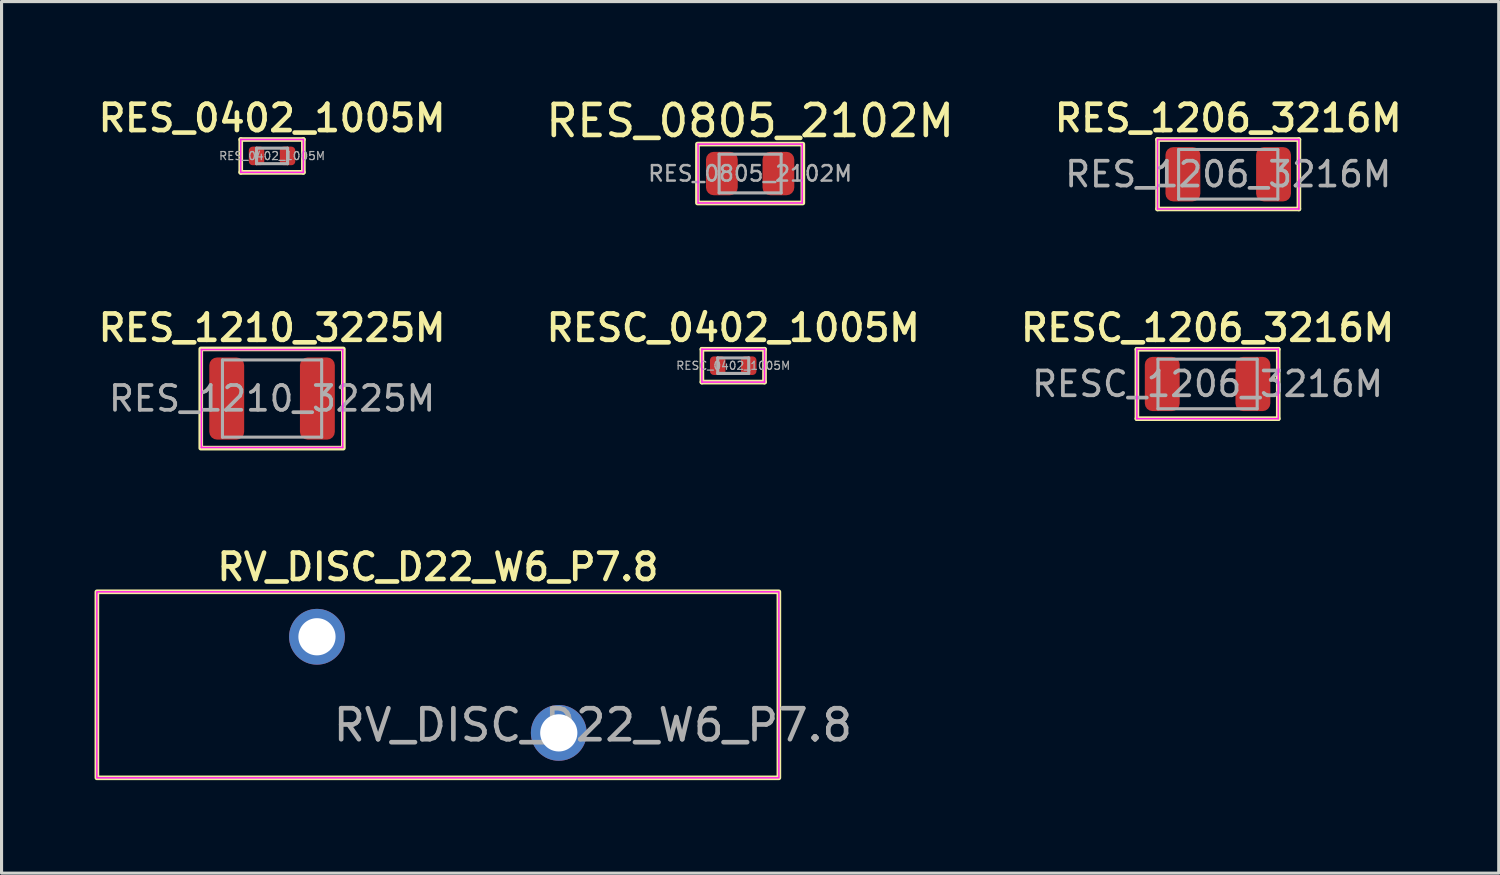
<source format=kicad_pcb>
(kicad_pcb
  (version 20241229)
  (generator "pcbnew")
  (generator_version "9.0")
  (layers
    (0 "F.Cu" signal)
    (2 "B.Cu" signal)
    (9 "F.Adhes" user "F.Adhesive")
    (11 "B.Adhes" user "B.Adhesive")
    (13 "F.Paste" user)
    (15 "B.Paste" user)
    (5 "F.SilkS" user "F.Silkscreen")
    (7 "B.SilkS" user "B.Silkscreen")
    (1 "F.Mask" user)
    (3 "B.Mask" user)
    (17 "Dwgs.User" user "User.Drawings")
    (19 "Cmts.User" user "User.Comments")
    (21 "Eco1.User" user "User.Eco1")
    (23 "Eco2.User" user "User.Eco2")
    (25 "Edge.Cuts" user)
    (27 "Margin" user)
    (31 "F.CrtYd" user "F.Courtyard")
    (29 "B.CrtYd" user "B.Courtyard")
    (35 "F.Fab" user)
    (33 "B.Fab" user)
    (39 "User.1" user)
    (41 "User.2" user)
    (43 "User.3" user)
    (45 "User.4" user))
  (footprint "RESC_1206_3216M"
    (layer "F.Cu")
    (at 35.904 9.336)
    (property "Reference" "RESC_1206_3216M" (at 0 -1.81 0) (layer "F.SilkS") (effects (font (size 0.85 0.85) (thickness 0.15))))
    (attr smd)
    (fp_line (start -2.28 -1.12) (end 2.28 -1.12) (stroke (width 0.15) (type solid)) (layer "F.SilkS"))
    (fp_line (start -2.28 1.12) (end -2.28 -1.12) (stroke (width 0.15) (type solid)) (layer "F.SilkS"))
    (fp_line (start 2.28 -1.12) (end 2.28 1.12) (stroke (width 0.15) (type solid)) (layer "F.SilkS"))
    (fp_line (start 2.28 1.12) (end -2.28 1.12) (stroke (width 0.15) (type solid)) (layer "F.SilkS"))
    (fp_line (start -2.28 -1.12) (end 2.28 -1.12) (stroke (width 0.05) (type solid)) (layer "F.CrtYd"))
    (fp_line (start -2.28 1.12) (end -2.28 -1.12) (stroke (width 0.05) (type solid)) (layer "F.CrtYd"))
    (fp_line (start 2.28 -1.12) (end 2.28 1.12) (stroke (width 0.05) (type solid)) (layer "F.CrtYd"))
    (fp_line (start 2.28 1.12) (end -2.28 1.12) (stroke (width 0.05) (type solid)) (layer "F.CrtYd"))
    (fp_line (start -1.6 -0.8) (end 1.6 -0.8) (stroke (width 0.1) (type solid)) (layer "F.Fab"))
    (fp_line (start -1.6 0.8) (end -1.6 -0.8) (stroke (width 0.1) (type solid)) (layer "F.Fab"))
    (fp_line (start 1.6 -0.8) (end 1.6 0.8) (stroke (width 0.1) (type solid)) (layer "F.Fab"))
    (fp_line (start 1.6 0.8) (end -1.6 0.8) (stroke (width 0.1) (type solid)) (layer "F.Fab"))
    (fp_text user "${REFERENCE}" (at 0 0 0) (layer "F.Fab") (effects (font (size 0.8 0.8) (thickness 0.12))))
    (pad "1" smd roundrect (at -1.462 0) (size 1.125 1.75) (layers "F.Cu" "F.Mask" "F.Paste") (roundrect_rratio 0.222))
    (pad "2" smd roundrect (at 1.462 0) (size 1.125 1.75) (layers "F.Cu" "F.Mask" "F.Paste") (roundrect_rratio 0.222)))
  (footprint "RES_1206_3216M"
    (layer "F.Cu")
    (at 36.57 2.571)
    (property "Reference" "RES_1206_3216M" (at 0 -1.81 0) (layer "F.SilkS") (effects (font (size 0.85 0.85) (thickness 0.15))))
    (attr smd)
    (fp_line (start -2.28 -1.12) (end 2.28 -1.12) (stroke (width 0.15) (type solid)) (layer "F.SilkS"))
    (fp_line (start -2.28 1.12) (end -2.28 -1.12) (stroke (width 0.15) (type solid)) (layer "F.SilkS"))
    (fp_line (start 2.28 -1.12) (end 2.28 1.12) (stroke (width 0.15) (type solid)) (layer "F.SilkS"))
    (fp_line (start 2.28 1.12) (end -2.28 1.12) (stroke (width 0.15) (type solid)) (layer "F.SilkS"))
    (fp_line (start -2.28 -1.12) (end 2.28 -1.12) (stroke (width 0.05) (type solid)) (layer "F.CrtYd"))
    (fp_line (start -2.28 1.12) (end -2.28 -1.12) (stroke (width 0.05) (type solid)) (layer "F.CrtYd"))
    (fp_line (start 2.28 -1.12) (end 2.28 1.12) (stroke (width 0.05) (type solid)) (layer "F.CrtYd"))
    (fp_line (start 2.28 1.12) (end -2.28 1.12) (stroke (width 0.05) (type solid)) (layer "F.CrtYd"))
    (fp_line (start -1.6 -0.8) (end 1.6 -0.8) (stroke (width 0.1) (type solid)) (layer "F.Fab"))
    (fp_line (start -1.6 0.8) (end -1.6 -0.8) (stroke (width 0.1) (type solid)) (layer "F.Fab"))
    (fp_line (start 1.6 -0.8) (end 1.6 0.8) (stroke (width 0.1) (type solid)) (layer "F.Fab"))
    (fp_line (start 1.6 0.8) (end -1.6 0.8) (stroke (width 0.1) (type solid)) (layer "F.Fab"))
    (fp_text user "${REFERENCE}" (at 0 0 0) (layer "F.Fab") (effects (font (size 0.8 0.8) (thickness 0.12))))
    (pad "1" smd roundrect (at -1.462 0) (size 1.125 1.75) (layers "F.Cu" "F.Mask" "F.Paste") (roundrect_rratio 0.222))
    (pad "2" smd roundrect (at 1.462 0) (size 1.125 1.75) (layers "F.Cu" "F.Mask" "F.Paste") (roundrect_rratio 0.222)))
  (footprint "RV_DISC_D22_W6_P7.8"
    (layer "F.Cu")
    (at 11.075 19.041)
    (property "Reference" "RV_DISC_D22_W6_P7.8" (at 0 -3.8 0) (layer "F.SilkS") (effects (font (size 0.85 0.85) (thickness 0.15))))
    (attr through_hole)
    (fp_rect (start -11 -3) (end 11 3) (stroke (width 0.15) (type solid)) (fill no) (layer "F.SilkS"))
    (fp_rect (start -11 -3) (end 11 3) (stroke (width 0.05) (type solid)) (fill no) (layer "F.CrtYd"))
    (fp_text user "${REFERENCE}" (at 5 1.3 0) (layer "F.Fab") (effects (font (size 1 1) (thickness 0.15))))
    (pad "1" thru_hole circle (at -3.9 -1.55) (size 1.8 1.8) (drill 1.2) (layers "*.Cu" "*.Mask"))
    (pad "2" thru_hole circle (at 3.9 1.55) (size 1.8 1.8) (drill 1.2) (layers "*.Cu" "*.Mask")))
  (footprint "RESC_0402_1005M"
    (layer "F.Cu")
    (at 20.602 8.746)
    (property "Reference" "RESC_0402_1005M" (at 0 -1.22 0) (layer "F.SilkS") (effects (font (size 0.85 0.85) (thickness 0.15))))
    (attr smd)
    (fp_line (start -1.01 -0.53) (end 1.01 -0.53) (stroke (width 0.15) (type solid)) (layer "F.SilkS"))
    (fp_line (start -1.01 0.53) (end -1.01 -0.53) (stroke (width 0.15) (type solid)) (layer "F.SilkS"))
    (fp_line (start 1.01 -0.53) (end 1.01 0.53) (stroke (width 0.15) (type solid)) (layer "F.SilkS"))
    (fp_line (start 1.01 0.53) (end -1.01 0.53) (stroke (width 0.152) (type solid)) (layer "F.SilkS"))
    (fp_line (start -1.01 -0.53) (end 1.01 -0.53) (stroke (width 0.05) (type solid)) (layer "F.CrtYd"))
    (fp_line (start -1.01 0.53) (end -1.01 -0.53) (stroke (width 0.05) (type solid)) (layer "F.CrtYd"))
    (fp_line (start 1.01 -0.53) (end 1.01 0.53) (stroke (width 0.05) (type solid)) (layer "F.CrtYd"))
    (fp_line (start 1.01 0.53) (end -1.01 0.53) (stroke (width 0.05) (type solid)) (layer "F.CrtYd"))
    (fp_line (start -0.5 -0.25) (end 0.5 -0.25) (stroke (width 0.1) (type solid)) (layer "F.Fab"))
    (fp_line (start -0.5 0.25) (end -0.5 -0.25) (stroke (width 0.1) (type solid)) (layer "F.Fab"))
    (fp_line (start 0.5 -0.25) (end 0.5 0.25) (stroke (width 0.1) (type solid)) (layer "F.Fab"))
    (fp_line (start 0.5 0.25) (end -0.5 0.25) (stroke (width 0.1) (type solid)) (layer "F.Fab"))
    (fp_text user "${REFERENCE}" (at 0 0 0) (layer "F.Fab") (effects (font (size 0.26 0.26) (thickness 0.04))))
    (pad "1" smd roundrect (at -0.5 0) (size 0.5 0.6) (layers "F.Cu" "F.Mask" "F.Paste") (roundrect_rratio 0.25))
    (pad "2" smd roundrect (at 0.5 0) (size 0.5 0.6) (layers "F.Cu" "F.Mask" "F.Paste") (roundrect_rratio 0.25)))
  (footprint "RES_1210_3225M"
    (layer "F.Cu")
    (at 5.726 9.806)
    (property "Reference" "RES_1210_3225M" (at 0 -2.28 0) (layer "F.SilkS") (effects (font (size 0.85 0.85) (thickness 0.15))))
    (attr smd)
    (fp_rect (start -2.3 -1.6) (end 2.3 1.6) (stroke (width 0.15) (type solid)) (fill no) (layer "F.SilkS"))
    (fp_line (start -2.28 -1.58) (end 2.28 -1.58) (stroke (width 0.05) (type solid)) (layer "F.CrtYd"))
    (fp_line (start -2.28 1.58) (end -2.28 -1.58) (stroke (width 0.05) (type solid)) (layer "F.CrtYd"))
    (fp_line (start 2.28 -1.58) (end 2.28 1.58) (stroke (width 0.05) (type solid)) (layer "F.CrtYd"))
    (fp_line (start 2.28 1.58) (end -2.28 1.58) (stroke (width 0.05) (type solid)) (layer "F.CrtYd"))
    (fp_line (start -1.6 -1.245) (end 1.6 -1.245) (stroke (width 0.1) (type solid)) (layer "F.Fab"))
    (fp_line (start -1.6 1.245) (end -1.6 -1.245) (stroke (width 0.1) (type solid)) (layer "F.Fab"))
    (fp_line (start 1.6 -1.245) (end 1.6 1.245) (stroke (width 0.1) (type solid)) (layer "F.Fab"))
    (fp_line (start 1.6 1.245) (end -1.6 1.245) (stroke (width 0.1) (type solid)) (layer "F.Fab"))
    (fp_text user "${REFERENCE}" (at 0 0 0) (layer "F.Fab") (effects (font (size 0.8 0.8) (thickness 0.12))))
    (pad "1" smd roundrect (at -1.462 0) (size 1.125 2.65) (layers "F.Cu" "F.Mask" "F.Paste") (roundrect_rratio 0.222))
    (pad "2" smd roundrect (at 1.462 0) (size 1.125 2.65) (layers "F.Cu" "F.Mask" "F.Paste") (roundrect_rratio 0.222)))
  (footprint "RES_0402_1005M"
    (layer "F.Cu")
    (at 5.726 1.98)
    (property "Reference" "RES_0402_1005M" (at 0 -1.22 0) (layer "F.SilkS") (effects (font (size 0.85 0.85) (thickness 0.15))))
    (attr smd)
    (fp_line (start -1.01 -0.53) (end 1.01 -0.53) (stroke (width 0.15) (type solid)) (layer "F.SilkS"))
    (fp_line (start -1.01 0.53) (end -1.01 -0.53) (stroke (width 0.15) (type solid)) (layer "F.SilkS"))
    (fp_line (start 1.01 -0.53) (end 1.01 0.53) (stroke (width 0.15) (type solid)) (layer "F.SilkS"))
    (fp_line (start 1.01 0.53) (end -1.01 0.53) (stroke (width 0.152) (type solid)) (layer "F.SilkS"))
    (fp_line (start -1.01 -0.53) (end 1.01 -0.53) (stroke (width 0.05) (type solid)) (layer "F.CrtYd"))
    (fp_line (start -1.01 0.53) (end -1.01 -0.53) (stroke (width 0.05) (type solid)) (layer "F.CrtYd"))
    (fp_line (start 1.01 -0.53) (end 1.01 0.53) (stroke (width 0.05) (type solid)) (layer "F.CrtYd"))
    (fp_line (start 1.01 0.53) (end -1.01 0.53) (stroke (width 0.05) (type solid)) (layer "F.CrtYd"))
    (fp_line (start -0.5 -0.25) (end 0.5 -0.25) (stroke (width 0.1) (type solid)) (layer "F.Fab"))
    (fp_line (start -0.5 0.25) (end -0.5 -0.25) (stroke (width 0.1) (type solid)) (layer "F.Fab"))
    (fp_line (start 0.5 -0.25) (end 0.5 0.25) (stroke (width 0.1) (type solid)) (layer "F.Fab"))
    (fp_line (start 0.5 0.25) (end -0.5 0.25) (stroke (width 0.1) (type solid)) (layer "F.Fab"))
    (fp_text user "${REFERENCE}" (at 0 0 0) (layer "F.Fab") (effects (font (size 0.26 0.26) (thickness 0.04))))
    (pad "1" smd roundrect (at -0.5 0) (size 0.5 0.6) (layers "F.Cu" "F.Mask" "F.Paste") (roundrect_rratio 0.25))
    (pad "2" smd roundrect (at 0.5 0) (size 0.5 0.6) (layers "F.Cu" "F.Mask" "F.Paste") (roundrect_rratio 0.25)))
  (footprint "RES_0805_2102M"
    (layer "F.Cu")
    (at 21.148 2.548)
    (property "Reference" "RES_0805_2102M" (at 0 -1.7 0) (layer "F.SilkS") (effects (font (size 1 1) (thickness 0.15))))
    (attr smd)
    (fp_rect (start -1.7 -0.95) (end 1.7 0.95) (stroke (width 0.15) (type solid)) (fill no) (layer "F.SilkS"))
    (fp_line (start -1.68 -0.95) (end 1.68 -0.95) (stroke (width 0.05) (type solid)) (layer "F.CrtYd"))
    (fp_line (start -1.68 0.95) (end -1.68 -0.95) (stroke (width 0.05) (type solid)) (layer "F.CrtYd"))
    (fp_line (start 1.68 -0.95) (end 1.68 0.95) (stroke (width 0.05) (type solid)) (layer "F.CrtYd"))
    (fp_line (start 1.68 0.95) (end -1.68 0.95) (stroke (width 0.05) (type solid)) (layer "F.CrtYd"))
    (fp_line (start -1 -0.625) (end 1 -0.625) (stroke (width 0.1) (type solid)) (layer "F.Fab"))
    (fp_line (start -1 0.625) (end -1 -0.625) (stroke (width 0.1) (type solid)) (layer "F.Fab"))
    (fp_line (start 1 -0.625) (end 1 0.625) (stroke (width 0.1) (type solid)) (layer "F.Fab"))
    (fp_line (start 1 0.625) (end -1 0.625) (stroke (width 0.1) (type solid)) (layer "F.Fab"))
    (fp_text user "${REFERENCE}" (at 0 0 0) (layer "F.Fab") (effects (font (size 0.5 0.5) (thickness 0.08))))
    (pad "1" smd roundrect (at -0.912 0) (size 1.025 1.4) (layers "F.Cu" "F.Mask" "F.Paste") (roundrect_rratio 0.244))
    (pad "2" smd roundrect (at 0.912 0) (size 1.025 1.4) (layers "F.Cu" "F.Mask" "F.Paste") (roundrect_rratio 0.244)))
  (gr_rect
    (start -3 -3)
    (end 45.296 25.116)
    (stroke (width 0.1) (type default))
    (fill no)
    (layer "Edge.Cuts")))
</source>
